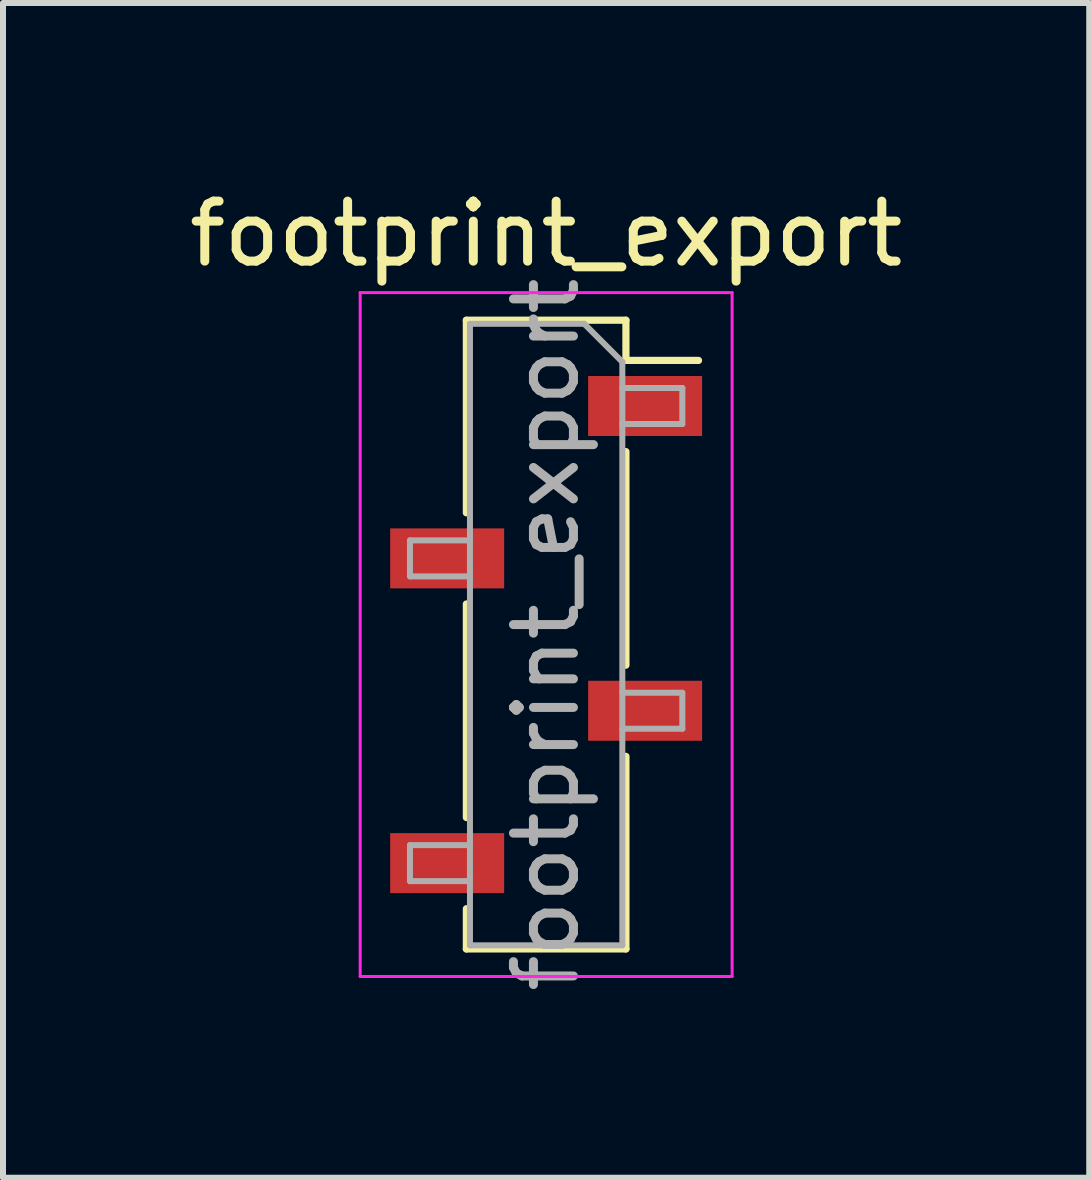
<source format=kicad_pcb>
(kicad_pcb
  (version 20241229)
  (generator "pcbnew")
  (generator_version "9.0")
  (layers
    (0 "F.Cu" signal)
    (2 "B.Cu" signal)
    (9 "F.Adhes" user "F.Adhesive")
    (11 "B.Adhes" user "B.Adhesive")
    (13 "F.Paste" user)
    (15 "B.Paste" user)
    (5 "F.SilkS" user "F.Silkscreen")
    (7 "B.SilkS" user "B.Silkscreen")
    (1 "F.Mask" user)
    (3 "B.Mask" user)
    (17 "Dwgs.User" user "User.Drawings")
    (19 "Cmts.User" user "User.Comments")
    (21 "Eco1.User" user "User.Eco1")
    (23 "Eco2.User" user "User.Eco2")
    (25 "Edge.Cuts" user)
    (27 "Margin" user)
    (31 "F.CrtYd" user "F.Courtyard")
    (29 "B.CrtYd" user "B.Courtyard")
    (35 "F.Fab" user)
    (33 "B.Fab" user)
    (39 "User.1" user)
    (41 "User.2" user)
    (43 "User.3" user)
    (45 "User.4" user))
  (footprint "footprint_export"
    (layer "F.Cu")
    (at 6.054 7.528)
    (property "Reference" "footprint_export" (at 0 -6.68 0) (layer "F.SilkS") (effects (font (size 1 1) (thickness 0.15))))
    (attr smd)
    (fp_line (start -1.33 -5.24) (end -1.33 -2.03) (stroke (width 0.12) (type solid)) (layer "F.SilkS"))
    (fp_line (start -1.33 -5.24) (end 1.33 -5.24) (stroke (width 0.12) (type solid)) (layer "F.SilkS"))
    (fp_line (start -1.33 -0.51) (end -1.33 3.05) (stroke (width 0.12) (type solid)) (layer "F.SilkS"))
    (fp_line (start -1.33 4.57) (end -1.33 5.24) (stroke (width 0.12) (type solid)) (layer "F.SilkS"))
    (fp_line (start -1.33 5.24) (end 1.33 5.24) (stroke (width 0.12) (type solid)) (layer "F.SilkS"))
    (fp_line (start 1.33 -5.24) (end 1.33 -4.57) (stroke (width 0.12) (type solid)) (layer "F.SilkS"))
    (fp_line (start 1.33 -4.57) (end 2.54 -4.57) (stroke (width 0.12) (type solid)) (layer "F.SilkS"))
    (fp_line (start 1.33 -3.05) (end 1.33 0.51) (stroke (width 0.12) (type solid)) (layer "F.SilkS"))
    (fp_line (start 1.33 2.03) (end 1.33 5.24) (stroke (width 0.12) (type solid)) (layer "F.SilkS"))
    (fp_line (start -3.1 -5.7) (end 3.1 -5.7) (stroke (width 0.05) (type solid)) (layer "F.CrtYd"))
    (fp_line (start -3.1 5.7) (end -3.1 -5.7) (stroke (width 0.05) (type solid)) (layer "F.CrtYd"))
    (fp_line (start 3.1 -5.7) (end 3.1 5.7) (stroke (width 0.05) (type solid)) (layer "F.CrtYd"))
    (fp_line (start 3.1 5.7) (end -3.1 5.7) (stroke (width 0.05) (type solid)) (layer "F.CrtYd"))
    (fp_line (start -2.27 -1.57) (end -1.27 -1.57) (stroke (width 0.1) (type solid)) (layer "F.Fab"))
    (fp_line (start -2.27 -0.97) (end -2.27 -1.57) (stroke (width 0.1) (type solid)) (layer "F.Fab"))
    (fp_line (start -2.27 3.51) (end -1.27 3.51) (stroke (width 0.1) (type solid)) (layer "F.Fab"))
    (fp_line (start -2.27 4.11) (end -2.27 3.51) (stroke (width 0.1) (type solid)) (layer "F.Fab"))
    (fp_line (start -1.27 -5.18) (end 0.635 -5.18) (stroke (width 0.1) (type solid)) (layer "F.Fab"))
    (fp_line (start -1.27 -0.97) (end -2.27 -0.97) (stroke (width 0.1) (type solid)) (layer "F.Fab"))
    (fp_line (start -1.27 4.11) (end -2.27 4.11) (stroke (width 0.1) (type solid)) (layer "F.Fab"))
    (fp_line (start -1.27 5.18) (end -1.27 -5.18) (stroke (width 0.1) (type solid)) (layer "F.Fab"))
    (fp_line (start 0.635 -5.18) (end 1.27 -4.545) (stroke (width 0.1) (type solid)) (layer "F.Fab"))
    (fp_line (start 1.27 -4.545) (end 1.27 5.18) (stroke (width 0.1) (type solid)) (layer "F.Fab"))
    (fp_line (start 1.27 -4.11) (end 2.27 -4.11) (stroke (width 0.1) (type solid)) (layer "F.Fab"))
    (fp_line (start 1.27 0.97) (end 2.27 0.97) (stroke (width 0.1) (type solid)) (layer "F.Fab"))
    (fp_line (start 1.27 5.18) (end -1.27 5.18) (stroke (width 0.1) (type solid)) (layer "F.Fab"))
    (fp_line (start 2.27 -4.11) (end 2.27 -3.51) (stroke (width 0.1) (type solid)) (layer "F.Fab"))
    (fp_line (start 2.27 -3.51) (end 1.27 -3.51) (stroke (width 0.1) (type solid)) (layer "F.Fab"))
    (fp_line (start 2.27 0.97) (end 2.27 1.57) (stroke (width 0.1) (type solid)) (layer "F.Fab"))
    (fp_line (start 2.27 1.57) (end 1.27 1.57) (stroke (width 0.1) (type solid)) (layer "F.Fab"))
    (fp_text user "${REFERENCE}" (at 0 0 90) (layer "F.Fab") (effects (font (size 1 1) (thickness 0.15))))
    (pad "1" smd rect (at 1.65 -3.81) (size 1.9 1) (layers "F.Cu" "F.Mask" "F.Paste"))
    (pad "2" smd rect (at -1.65 -1.27) (size 1.9 1) (layers "F.Cu" "F.Mask" "F.Paste"))
    (pad "3" smd rect (at 1.65 1.27) (size 1.9 1) (layers "F.Cu" "F.Mask" "F.Paste"))
    (pad "4" smd rect (at -1.65 3.81) (size 1.9 1) (layers "F.Cu" "F.Mask" "F.Paste")))
  (gr_rect
    (start -3 -3)
    (end 15.107 16.582)
    (stroke (width 0.1) (type default))
    (fill no)
    (layer "Edge.Cuts")))
</source>
